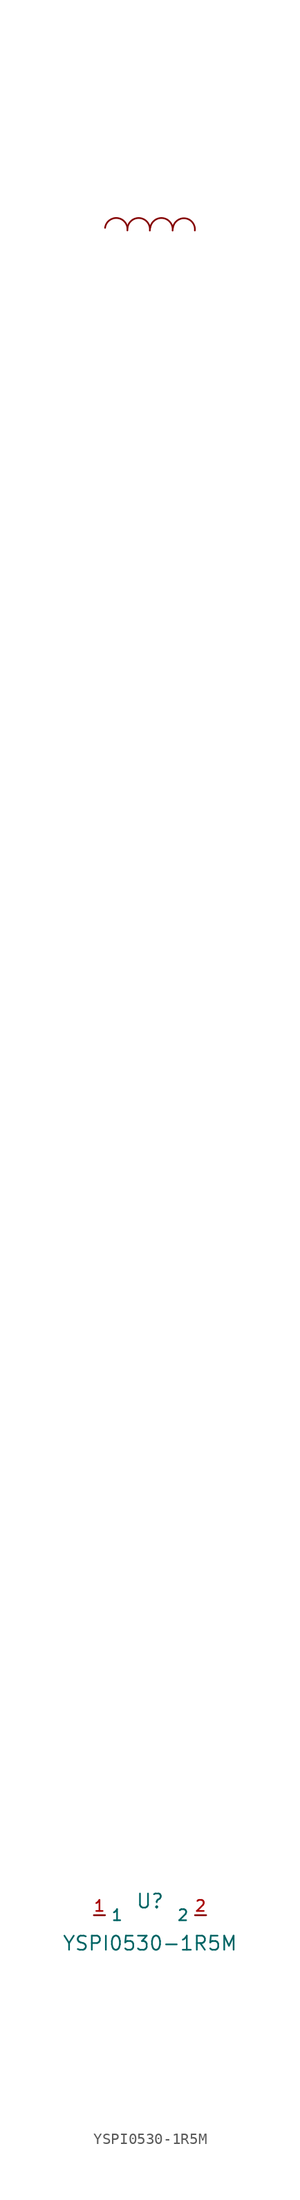
<source format=kicad_sym>
(kicad_symbol_lib
  (version 20210201)
  (generator TousstNicolas/JLC2KiCad_lib)
  (symbol "YSPI0530-1R5M"
    (property "Reference" "U"
      (at 0 1.27 0)
      (effects (font (size 1.27 1.27))))
    (property "Value" "YSPI0530-1R5M"
      (at 0 -2.54 0)
      (effects (font (size 1.27 1.27))))
    (symbol "YSPI0530-1R5M_0_1"
      (pin unspecified line (at 5.08 -0.0 180) (length 1.016) (name "2" (effects (font (size 1 1)))) (number "2" (effects (font (size 1 1)))))
      (pin unspecified line (at -5.08 -0.0 0) (length 1.016) (name "1" (effects (font (size 1 1)))) (number "1" (effects (font (size 1 1)))))
      (arc (start -2.043521651363686 152.26143779237387) (mid -2.9356821524931096 153.38774589230704) (end -4.0619902361442195 152.49558537062234) (stroke (width 0) (type default) (color 0 0 0 0)) (fill (type none)))
      (arc (start -0.01568421070620203 152.24967414117) (mid -0.9071036642236899 153.37656883128332) (end -2.033998342833414 152.48514936322346) (stroke (width 0) (type default) (color 0 0 0 0)) (fill (type none)))
      (arc (start 2.0417199041020333 152.24967414117) (mid 1.1503004529742937 153.37656883100448) (end 0.023405772532441225 152.485149368003) (stroke (width 0) (type default) (color 0 0 0 0)) (fill (type none)))
      (arc (start 4.053589407275658 152.25667886867888) (mid 3.172785182363969 153.35529126746943) (end 2.074172796698427 152.47448702618712) (stroke (width 0) (type default) (color 0 0 0 0)) (fill (type none))))))
</source>
